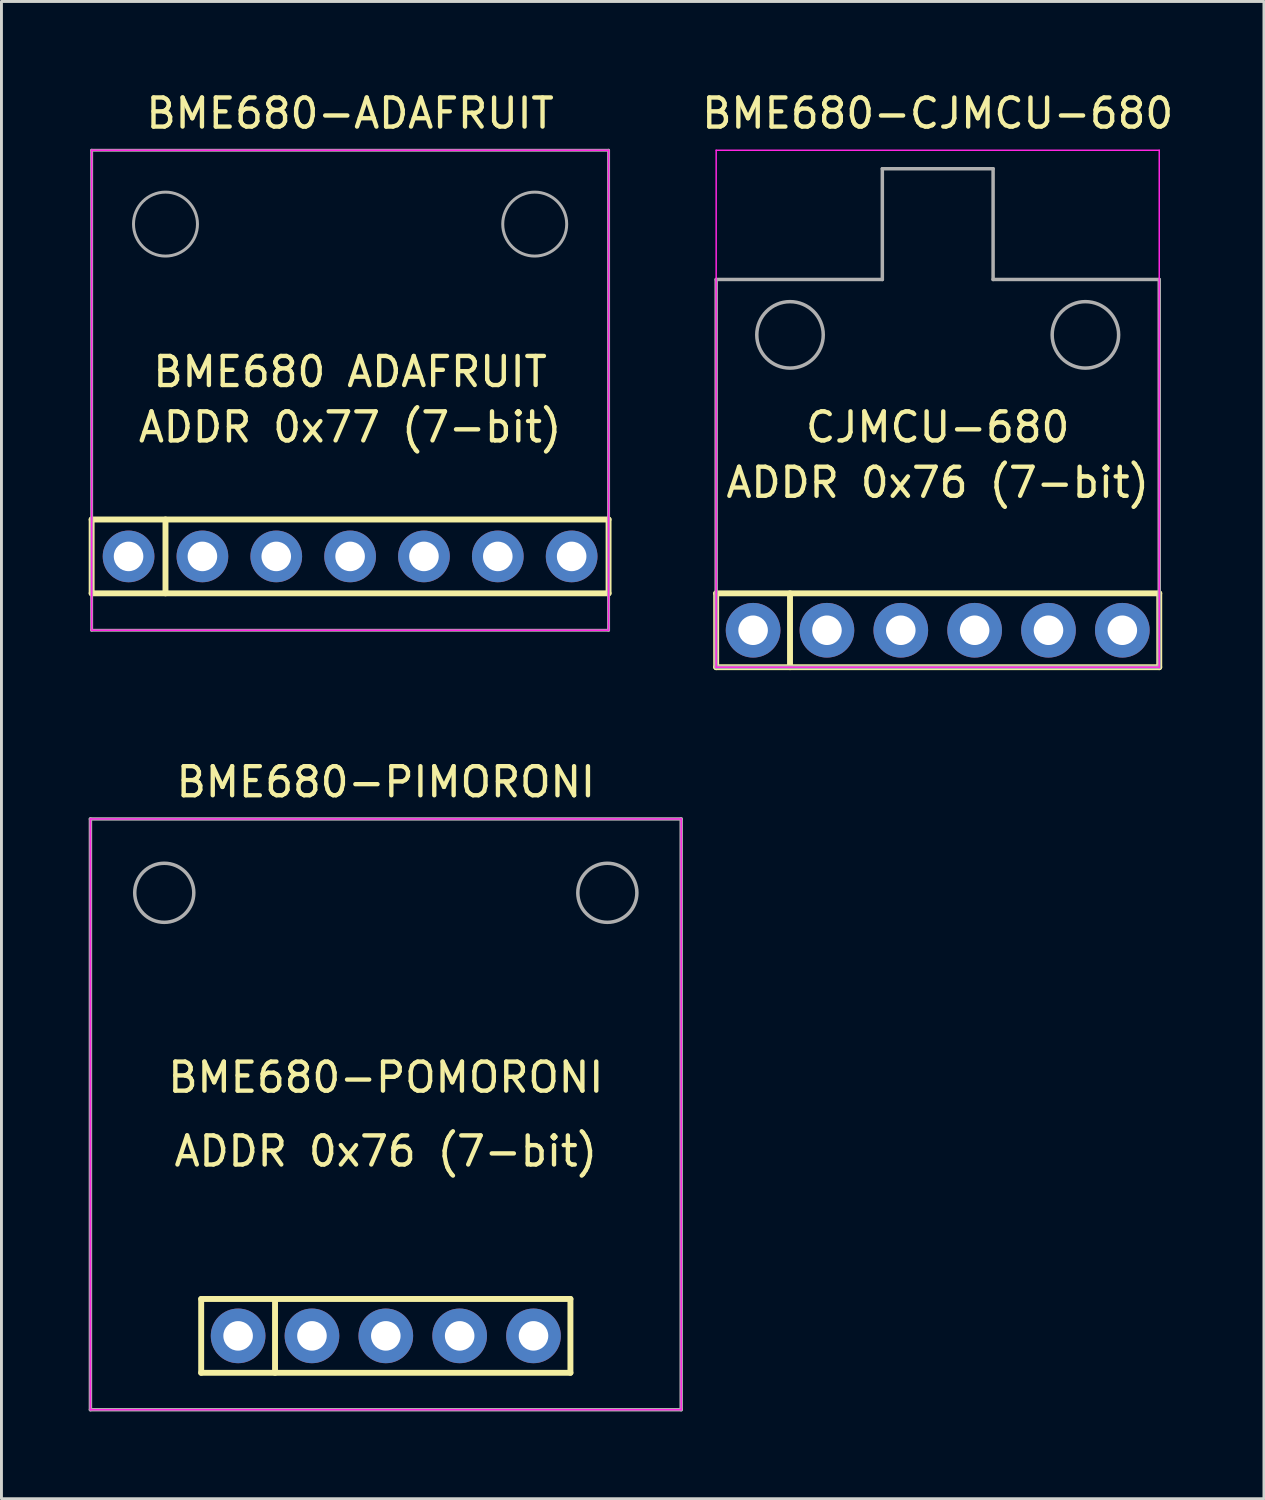
<source format=kicad_pcb>
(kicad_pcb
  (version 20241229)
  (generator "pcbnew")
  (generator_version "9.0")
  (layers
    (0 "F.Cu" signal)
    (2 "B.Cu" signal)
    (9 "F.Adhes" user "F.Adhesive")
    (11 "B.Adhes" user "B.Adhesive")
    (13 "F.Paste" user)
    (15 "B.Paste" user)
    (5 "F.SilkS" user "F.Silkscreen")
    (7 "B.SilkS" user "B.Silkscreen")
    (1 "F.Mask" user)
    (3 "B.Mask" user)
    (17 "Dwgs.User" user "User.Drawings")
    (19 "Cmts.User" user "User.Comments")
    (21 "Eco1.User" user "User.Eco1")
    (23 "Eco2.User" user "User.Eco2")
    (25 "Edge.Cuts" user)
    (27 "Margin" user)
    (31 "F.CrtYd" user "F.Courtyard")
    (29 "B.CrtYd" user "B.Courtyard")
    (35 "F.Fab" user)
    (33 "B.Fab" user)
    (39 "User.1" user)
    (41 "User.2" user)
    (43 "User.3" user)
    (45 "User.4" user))
  (footprint "BME680-CJMCU-680"
    (layer "F.Cu")
    (at 29.203 12.913)
    (property "Reference" "BME680-CJMCU-680" (at 0 -12.065 0) (layer "F.SilkS") (effects (font (size 1 1) (thickness 0.15))))
    (attr through_hole)
    (fp_line (start -7.62 4.445) (end 7.62 4.445) (stroke (width 0.203) (type solid)) (layer "F.SilkS"))
    (fp_line (start -7.62 6.985) (end -7.62 4.445) (stroke (width 0.203) (type solid)) (layer "F.SilkS"))
    (fp_line (start -5.08 4.445) (end -5.08 6.985) (stroke (width 0.203) (type solid)) (layer "F.SilkS"))
    (fp_line (start 7.62 4.445) (end 7.62 6.985) (stroke (width 0.203) (type solid)) (layer "F.SilkS"))
    (fp_line (start 7.62 6.985) (end -7.62 6.985) (stroke (width 0.203) (type solid)) (layer "F.SilkS"))
    (fp_line (start -7.62 -10.795) (end 7.62 -10.795) (stroke (width 0.051) (type solid)) (layer "F.CrtYd"))
    (fp_line (start -7.62 6.985) (end -7.62 -10.795) (stroke (width 0.051) (type solid)) (layer "F.CrtYd"))
    (fp_line (start 7.62 -10.795) (end 7.62 6.985) (stroke (width 0.051) (type solid)) (layer "F.CrtYd"))
    (fp_line (start 7.62 6.985) (end -7.62 6.985) (stroke (width 0.051) (type solid)) (layer "F.CrtYd"))
    (fp_line (start -7.62 -6.35) (end -7.62 6.985) (stroke (width 0.12) (type solid)) (layer "F.Fab"))
    (fp_line (start -7.62 6.985) (end 7.62 6.985) (stroke (width 0.12) (type solid)) (layer "F.Fab"))
    (fp_line (start -1.905 -10.16) (end -1.905 -6.35) (stroke (width 0.12) (type solid)) (layer "F.Fab"))
    (fp_line (start -1.905 -6.35) (end -7.62 -6.35) (stroke (width 0.12) (type solid)) (layer "F.Fab"))
    (fp_line (start 1.905 -10.16) (end -1.905 -10.16) (stroke (width 0.12) (type solid)) (layer "F.Fab"))
    (fp_line (start 1.905 -6.35) (end 1.905 -10.16) (stroke (width 0.12) (type solid)) (layer "F.Fab"))
    (fp_line (start 7.62 -6.35) (end 1.905 -6.35) (stroke (width 0.12) (type solid)) (layer "F.Fab"))
    (fp_line (start 7.62 -6.35) (end 7.62 6.985) (stroke (width 0.12) (type solid)) (layer "F.Fab"))
    (fp_circle (center -5.08 -4.445) (end -3.937 -4.445) (stroke (width 0.12) (type solid)) (fill no) (layer "F.Fab"))
    (fp_circle (center 5.08 -4.445) (end 6.223 -4.445) (stroke (width 0.12) (type solid)) (fill no) (layer "F.Fab"))
    (fp_text user "ADDR 0x76 (7-bit)" (at 0 0.635 0) (layer "F.SilkS") (effects (font (size 1 1) (thickness 0.15))))
    (fp_text user "CJMCU-680" (at 0 -1.27 0) (layer "F.SilkS") (effects (font (size 1 1) (thickness 0.15))))
    (pad "1" thru_hole circle (at -6.35 5.715) (size 1.88 1.88) (drill 1.016) (layers "*.Cu" "*.Mask"))
    (pad "2" thru_hole circle (at -3.81 5.715) (size 1.88 1.88) (drill 1.016) (layers "*.Cu" "*.Mask"))
    (pad "3" thru_hole circle (at -1.27 5.715) (size 1.88 1.88) (drill 1.016) (layers "*.Cu" "*.Mask"))
    (pad "4" thru_hole circle (at 1.27 5.715) (size 1.88 1.88) (drill 1.016) (layers "*.Cu" "*.Mask"))
    (pad "5" thru_hole circle (at 3.81 5.715) (size 1.88 1.88) (drill 1.016) (layers "*.Cu" "*.Mask"))
    (pad "6" thru_hole circle (at 6.35 5.715) (size 1.88 1.88) (drill 1.016) (layers "*.Cu" "*.Mask")))
  (footprint "BME680-ADAFRUIT"
    (layer "F.Cu")
    (at 8.992 9.738)
    (property "Reference" "BME680-ADAFRUIT" (at 0 -8.89 0) (layer "F.SilkS") (effects (font (size 1 1) (thickness 0.15))))
    (attr through_hole)
    (fp_line (start -8.89 5.08) (end -6.35 5.08) (stroke (width 0.12) (type solid)) (layer "F.SilkS"))
    (fp_line (start -8.89 5.08) (end 8.89 5.08) (stroke (width 0.203) (type solid)) (layer "F.SilkS"))
    (fp_line (start -8.89 7.62) (end -8.89 5.08) (stroke (width 0.203) (type solid)) (layer "F.SilkS"))
    (fp_line (start -6.35 5.08) (end -6.35 7.62) (stroke (width 0.203) (type solid)) (layer "F.SilkS"))
    (fp_line (start 8.89 5.08) (end 8.89 7.62) (stroke (width 0.203) (type solid)) (layer "F.SilkS"))
    (fp_line (start 8.89 7.62) (end -8.89 7.62) (stroke (width 0.203) (type solid)) (layer "F.SilkS"))
    (fp_line (start -8.89 -7.62) (end 8.89 -7.62) (stroke (width 0.051) (type solid)) (layer "F.CrtYd"))
    (fp_line (start -8.89 8.89) (end -8.89 -7.62) (stroke (width 0.051) (type solid)) (layer "F.CrtYd"))
    (fp_line (start 8.89 -7.62) (end 8.89 8.89) (stroke (width 0.051) (type solid)) (layer "F.CrtYd"))
    (fp_line (start 8.89 8.89) (end -8.89 8.89) (stroke (width 0.051) (type solid)) (layer "F.CrtYd"))
    (fp_line (start -8.89 -7.62) (end -8.89 8.89) (stroke (width 0.102) (type solid)) (layer "F.Fab"))
    (fp_line (start -8.89 8.89) (end 8.89 8.89) (stroke (width 0.102) (type solid)) (layer "F.Fab"))
    (fp_line (start 8.89 -7.62) (end -8.89 -7.62) (stroke (width 0.102) (type solid)) (layer "F.Fab"))
    (fp_line (start 8.89 8.89) (end 8.89 -7.62) (stroke (width 0.102) (type solid)) (layer "F.Fab"))
    (fp_circle (center -6.35 -5.08) (end -5.25 -5.08) (stroke (width 0.102) (type solid)) (fill no) (layer "F.Fab"))
    (fp_circle (center 6.35 -5.08) (end 7.45 -5.08) (stroke (width 0.102) (type solid)) (fill no) (layer "F.Fab"))
    (fp_text user "BME680 ADAFRUIT" (at 0 0 0) (layer "F.SilkS") (effects (font (size 1 1) (thickness 0.15))))
    (fp_text user "ADDR 0x77 (7-bit)" (at 0 1.905 0) (layer "F.SilkS") (effects (font (size 1 1) (thickness 0.15))))
    (pad "1" thru_hole circle (at -7.62 6.35) (size 1.778 1.778) (drill 1.016) (layers "*.Cu" "*.Mask"))
    (pad "2" thru_hole circle (at -5.08 6.35) (size 1.778 1.778) (drill 1.016) (layers "*.Cu" "*.Mask"))
    (pad "3" thru_hole circle (at -2.54 6.35) (size 1.778 1.778) (drill 1.016) (layers "*.Cu" "*.Mask"))
    (pad "4" thru_hole circle (at 0 6.35) (size 1.778 1.778) (drill 1.016) (layers "*.Cu" "*.Mask"))
    (pad "5" thru_hole circle (at 2.54 6.35) (size 1.778 1.778) (drill 1.016) (layers "*.Cu" "*.Mask"))
    (pad "6" thru_hole circle (at 5.08 6.35) (size 1.778 1.778) (drill 1.016) (layers "*.Cu" "*.Mask"))
    (pad "7" thru_hole circle (at 7.62 6.35) (size 1.778 1.778) (drill 1.016) (layers "*.Cu" "*.Mask")))
  (footprint "BME680-PIMORONI"
    (layer "F.Cu")
    (at 10.22 35.278)
    (property "Reference" "BME680-PIMORONI" (at 0 -11.43 0) (layer "F.SilkS") (effects (font (size 1 1) (thickness 0.15))))
    (attr through_hole)
    (fp_line (start -6.35 6.35) (end 6.35 6.35) (stroke (width 0.203) (type solid)) (layer "F.SilkS"))
    (fp_line (start -6.35 8.89) (end -6.35 6.35) (stroke (width 0.203) (type solid)) (layer "F.SilkS"))
    (fp_line (start -3.81 6.35) (end -3.81 8.89) (stroke (width 0.203) (type solid)) (layer "F.SilkS"))
    (fp_line (start 6.35 6.35) (end 6.35 8.89) (stroke (width 0.203) (type solid)) (layer "F.SilkS"))
    (fp_line (start 6.35 8.89) (end -6.35 8.89) (stroke (width 0.203) (type solid)) (layer "F.SilkS"))
    (fp_line (start -10.16 -10.16) (end 10.16 -10.16) (stroke (width 0.051) (type solid)) (layer "F.CrtYd"))
    (fp_line (start -10.16 10.16) (end -10.16 -10.16) (stroke (width 0.051) (type solid)) (layer "F.CrtYd"))
    (fp_line (start 10.16 -10.16) (end 10.16 10.16) (stroke (width 0.051) (type solid)) (layer "F.CrtYd"))
    (fp_line (start 10.16 10.16) (end -10.16 10.16) (stroke (width 0.051) (type solid)) (layer "F.CrtYd"))
    (fp_line (start -10.16 -10.16) (end 10.16 -10.16) (stroke (width 0.12) (type solid)) (layer "F.Fab"))
    (fp_line (start -10.16 10.16) (end -10.16 -10.16) (stroke (width 0.12) (type solid)) (layer "F.Fab"))
    (fp_line (start 10.16 -10.16) (end 10.16 10.16) (stroke (width 0.12) (type solid)) (layer "F.Fab"))
    (fp_line (start 10.16 10.16) (end -10.16 10.16) (stroke (width 0.12) (type solid)) (layer "F.Fab"))
    (fp_circle (center -7.62 -7.62) (end -6.604 -7.62) (stroke (width 0.12) (type solid)) (fill no) (layer "F.Fab"))
    (fp_circle (center 7.62 -7.62) (end 8.636 -7.62) (stroke (width 0.12) (type solid)) (fill no) (layer "F.Fab"))
    (fp_text user "BME680-POMORONI" (at 0 -1.27 0) (layer "F.SilkS") (effects (font (size 1 1) (thickness 0.15))))
    (fp_text user "ADDR 0x76 (7-bit)" (at 0 1.27 0) (layer "F.SilkS") (effects (font (size 1 1) (thickness 0.15))))
    (pad "1" thru_hole circle (at -5.08 7.62) (size 1.88 1.88) (drill 1.016) (layers "*.Cu" "*.Mask"))
    (pad "2" thru_hole circle (at -2.54 7.62) (size 1.88 1.88) (drill 1.016) (layers "*.Cu" "*.Mask"))
    (pad "3" thru_hole circle (at 0 7.62) (size 1.88 1.88) (drill 1.016) (layers "*.Cu" "*.Mask"))
    (pad "4" thru_hole circle (at 2.54 7.62) (size 1.88 1.88) (drill 1.016) (layers "*.Cu" "*.Mask"))
    (pad "5" thru_hole circle (at 5.08 7.62) (size 1.88 1.88) (drill 1.016) (layers "*.Cu" "*.Mask")))
  (gr_rect
    (start -3 -3)
    (end 40.424 48.498)
    (stroke (width 0.1) (type default))
    (fill no)
    (layer "Edge.Cuts")))
</source>
